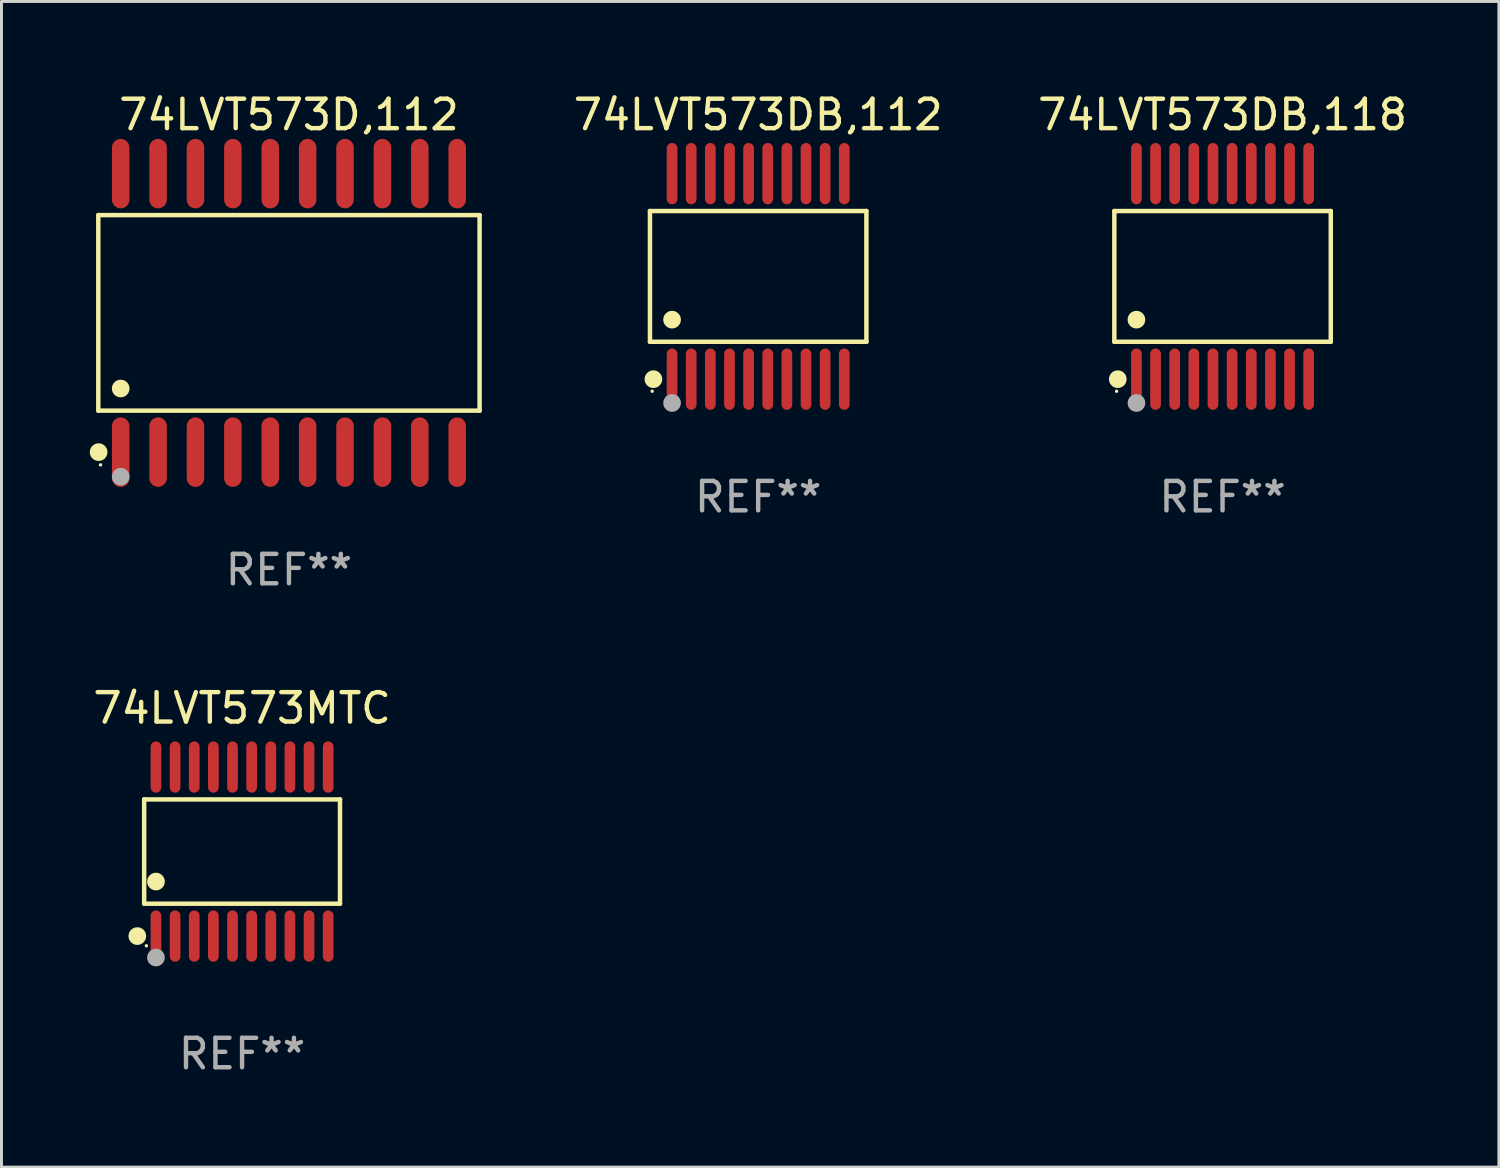
<source format=kicad_pcb>
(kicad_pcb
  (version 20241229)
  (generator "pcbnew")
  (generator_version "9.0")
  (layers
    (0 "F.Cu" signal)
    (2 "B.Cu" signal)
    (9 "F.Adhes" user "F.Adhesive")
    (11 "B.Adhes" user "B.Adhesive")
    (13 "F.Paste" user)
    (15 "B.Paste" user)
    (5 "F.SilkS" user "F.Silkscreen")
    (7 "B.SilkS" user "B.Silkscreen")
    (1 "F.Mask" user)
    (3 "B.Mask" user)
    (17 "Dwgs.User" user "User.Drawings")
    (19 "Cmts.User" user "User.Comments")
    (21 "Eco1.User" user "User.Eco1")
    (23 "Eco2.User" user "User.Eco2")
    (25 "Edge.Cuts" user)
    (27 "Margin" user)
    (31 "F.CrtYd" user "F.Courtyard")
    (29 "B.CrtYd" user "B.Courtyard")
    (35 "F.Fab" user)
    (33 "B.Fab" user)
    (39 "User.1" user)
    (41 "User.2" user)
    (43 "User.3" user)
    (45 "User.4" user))
  (footprint "74LVT573DB,118"
    (layer "F.Cu")
    (at 38.478 6.339)
    (property "Reference" "74LVT573DB,118" (at 0 -5.491 0) (layer "F.SilkS") (effects (font (size 1 1) (thickness 0.15))))
    (attr through_hole)
    (fp_line (start -3.676 -2.221) (end 3.676 -2.221) (stroke (width 0.152) (type solid)) (layer "F.SilkS"))
    (fp_line (start -3.676 2.221) (end -3.676 -2.221) (stroke (width 0.152) (type solid)) (layer "F.SilkS"))
    (fp_line (start 3.676 -2.221) (end 3.676 2.221) (stroke (width 0.152) (type solid)) (layer "F.SilkS"))
    (fp_line (start 3.676 2.221) (end -3.676 2.221) (stroke (width 0.152) (type solid)) (layer "F.SilkS"))
    (fp_circle (center -3.6 3.9) (end -3.57 3.9) (stroke (width 0.06) (type solid)) (fill no) (layer "F.SilkS"))
    (fp_circle (center -3.559 3.491) (end -3.409 3.491) (stroke (width 0.3) (type solid)) (fill no) (layer "F.SilkS"))
    (fp_circle (center -2.925 1.469) (end -2.775 1.469) (stroke (width 0.3) (type solid)) (fill no) (layer "F.SilkS"))
    (fp_circle (center -2.925 4.3) (end -2.775 4.3) (stroke (width 0.3) (type solid)) (fill no) (layer "F.Fab"))
    (fp_text user "REF**" (at 0 7.491 0) (layer "F.Fab") (effects (font (size 1 1) (thickness 0.15))))
    (pad "1" smd oval (at -2.925 3.491) (size 0.364 2.082) (layers "F.Cu" "F.Mask" "F.Paste"))
    (pad "2" smd oval (at -2.275 3.491) (size 0.364 2.082) (layers "F.Cu" "F.Mask" "F.Paste"))
    (pad "3" smd oval (at -1.625 3.491) (size 0.364 2.082) (layers "F.Cu" "F.Mask" "F.Paste"))
    (pad "4" smd oval (at -0.975 3.491) (size 0.364 2.082) (layers "F.Cu" "F.Mask" "F.Paste"))
    (pad "5" smd oval (at -0.325 3.491) (size 0.364 2.082) (layers "F.Cu" "F.Mask" "F.Paste"))
    (pad "6" smd oval (at 0.325 3.491) (size 0.364 2.082) (layers "F.Cu" "F.Mask" "F.Paste"))
    (pad "7" smd oval (at 0.975 3.491) (size 0.364 2.082) (layers "F.Cu" "F.Mask" "F.Paste"))
    (pad "8" smd oval (at 1.625 3.491) (size 0.364 2.082) (layers "F.Cu" "F.Mask" "F.Paste"))
    (pad "9" smd oval (at 2.275 3.491) (size 0.364 2.082) (layers "F.Cu" "F.Mask" "F.Paste"))
    (pad "10" smd oval (at 2.925 3.491) (size 0.364 2.082) (layers "F.Cu" "F.Mask" "F.Paste"))
    (pad "11" smd oval (at 2.925 -3.491) (size 0.364 2.082) (layers "F.Cu" "F.Mask" "F.Paste"))
    (pad "12" smd oval (at 2.275 -3.491) (size 0.364 2.082) (layers "F.Cu" "F.Mask" "F.Paste"))
    (pad "13" smd oval (at 1.625 -3.491) (size 0.364 2.082) (layers "F.Cu" "F.Mask" "F.Paste"))
    (pad "14" smd oval (at 0.975 -3.491) (size 0.364 2.082) (layers "F.Cu" "F.Mask" "F.Paste"))
    (pad "15" smd oval (at 0.325 -3.491) (size 0.364 2.082) (layers "F.Cu" "F.Mask" "F.Paste"))
    (pad "16" smd oval (at -0.325 -3.491) (size 0.364 2.082) (layers "F.Cu" "F.Mask" "F.Paste"))
    (pad "17" smd oval (at -0.975 -3.491) (size 0.364 2.082) (layers "F.Cu" "F.Mask" "F.Paste"))
    (pad "18" smd oval (at -1.625 -3.491) (size 0.364 2.082) (layers "F.Cu" "F.Mask" "F.Paste"))
    (pad "19" smd oval (at -2.275 -3.491) (size 0.364 2.082) (layers "F.Cu" "F.Mask" "F.Paste"))
    (pad "20" smd oval (at -2.925 -3.491) (size 0.364 2.082) (layers "F.Cu" "F.Mask" "F.Paste")))
  (footprint "74LVT573D,112"
    (layer "F.Cu")
    (at 6.765 7.578)
    (property "Reference" "74LVT573D,112" (at 0 -6.73 0) (layer "F.SilkS") (effects (font (size 1 1) (thickness 0.15))))
    (attr through_hole)
    (fp_line (start -6.476 -3.321) (end 6.476 -3.321) (stroke (width 0.152) (type solid)) (layer "F.SilkS"))
    (fp_line (start -6.476 3.321) (end -6.476 -3.321) (stroke (width 0.152) (type solid)) (layer "F.SilkS"))
    (fp_line (start 6.476 -3.321) (end 6.476 3.321) (stroke (width 0.152) (type solid)) (layer "F.SilkS"))
    (fp_line (start 6.476 3.321) (end -6.476 3.321) (stroke (width 0.152) (type solid)) (layer "F.SilkS"))
    (fp_circle (center -6.465 4.73) (end -6.315 4.73) (stroke (width 0.3) (type solid)) (fill no) (layer "F.SilkS"))
    (fp_circle (center -6.4 5.163) (end -6.37 5.163) (stroke (width 0.06) (type solid)) (fill no) (layer "F.SilkS"))
    (fp_circle (center -5.715 2.569) (end -5.565 2.569) (stroke (width 0.3) (type solid)) (fill no) (layer "F.SilkS"))
    (fp_circle (center -5.715 5.563) (end -5.565 5.563) (stroke (width 0.3) (type solid)) (fill no) (layer "F.Fab"))
    (fp_text user "REF**" (at 0 8.73 0) (layer "F.Fab") (effects (font (size 1 1) (thickness 0.15))))
    (pad "1" smd oval (at -5.715 4.73) (size 0.595 2.36) (layers "F.Cu" "F.Mask" "F.Paste"))
    (pad "2" smd oval (at -4.445 4.73) (size 0.595 2.36) (layers "F.Cu" "F.Mask" "F.Paste"))
    (pad "3" smd oval (at -3.175 4.73) (size 0.595 2.36) (layers "F.Cu" "F.Mask" "F.Paste"))
    (pad "4" smd oval (at -1.905 4.73) (size 0.595 2.36) (layers "F.Cu" "F.Mask" "F.Paste"))
    (pad "5" smd oval (at -0.635 4.73) (size 0.595 2.36) (layers "F.Cu" "F.Mask" "F.Paste"))
    (pad "6" smd oval (at 0.635 4.73) (size 0.595 2.36) (layers "F.Cu" "F.Mask" "F.Paste"))
    (pad "7" smd oval (at 1.905 4.73) (size 0.595 2.36) (layers "F.Cu" "F.Mask" "F.Paste"))
    (pad "8" smd oval (at 3.175 4.73) (size 0.595 2.36) (layers "F.Cu" "F.Mask" "F.Paste"))
    (pad "9" smd oval (at 4.445 4.73) (size 0.595 2.36) (layers "F.Cu" "F.Mask" "F.Paste"))
    (pad "10" smd oval (at 5.715 4.73) (size 0.595 2.36) (layers "F.Cu" "F.Mask" "F.Paste"))
    (pad "11" smd oval (at 5.715 -4.73) (size 0.595 2.36) (layers "F.Cu" "F.Mask" "F.Paste"))
    (pad "12" smd oval (at 4.445 -4.73) (size 0.595 2.36) (layers "F.Cu" "F.Mask" "F.Paste"))
    (pad "13" smd oval (at 3.175 -4.73) (size 0.595 2.36) (layers "F.Cu" "F.Mask" "F.Paste"))
    (pad "14" smd oval (at 1.905 -4.73) (size 0.595 2.36) (layers "F.Cu" "F.Mask" "F.Paste"))
    (pad "15" smd oval (at 0.635 -4.73) (size 0.595 2.36) (layers "F.Cu" "F.Mask" "F.Paste"))
    (pad "16" smd oval (at -0.635 -4.73) (size 0.595 2.36) (layers "F.Cu" "F.Mask" "F.Paste"))
    (pad "17" smd oval (at -1.905 -4.73) (size 0.595 2.36) (layers "F.Cu" "F.Mask" "F.Paste"))
    (pad "18" smd oval (at -3.175 -4.73) (size 0.595 2.36) (layers "F.Cu" "F.Mask" "F.Paste"))
    (pad "19" smd oval (at -4.445 -4.73) (size 0.595 2.36) (layers "F.Cu" "F.Mask" "F.Paste"))
    (pad "20" smd oval (at -5.715 -4.73) (size 0.595 2.36) (layers "F.Cu" "F.Mask" "F.Paste")))
  (footprint "74LVT573MTC"
    (layer "F.Cu")
    (at 5.173 25.876)
    (property "Reference" "74LVT573MTC" (at 0 -4.871 0) (layer "F.SilkS") (effects (font (size 1 1) (thickness 0.15))))
    (attr through_hole)
    (fp_line (start -3.326 -1.771) (end 3.326 -1.771) (stroke (width 0.152) (type solid)) (layer "F.SilkS"))
    (fp_line (start -3.326 1.771) (end -3.326 -1.771) (stroke (width 0.152) (type solid)) (layer "F.SilkS"))
    (fp_line (start 3.326 -1.771) (end 3.326 1.771) (stroke (width 0.152) (type solid)) (layer "F.SilkS"))
    (fp_line (start 3.326 1.771) (end -3.326 1.771) (stroke (width 0.152) (type solid)) (layer "F.SilkS"))
    (fp_circle (center -3.559 2.871) (end -3.409 2.871) (stroke (width 0.3) (type solid)) (fill no) (layer "F.SilkS"))
    (fp_circle (center -3.25 3.2) (end -3.22 3.2) (stroke (width 0.06) (type solid)) (fill no) (layer "F.SilkS"))
    (fp_circle (center -2.925 1.019) (end -2.775 1.019) (stroke (width 0.3) (type solid)) (fill no) (layer "F.SilkS"))
    (fp_circle (center -2.925 3.6) (end -2.775 3.6) (stroke (width 0.3) (type solid)) (fill no) (layer "F.Fab"))
    (fp_text user "REF**" (at 0 6.871 0) (layer "F.Fab") (effects (font (size 1 1) (thickness 0.15))))
    (pad "1" smd oval (at -2.925 2.871) (size 0.364 1.742) (layers "F.Cu" "F.Mask" "F.Paste"))
    (pad "2" smd oval (at -2.275 2.871) (size 0.364 1.742) (layers "F.Cu" "F.Mask" "F.Paste"))
    (pad "3" smd oval (at -1.625 2.871) (size 0.364 1.742) (layers "F.Cu" "F.Mask" "F.Paste"))
    (pad "4" smd oval (at -0.975 2.871) (size 0.364 1.742) (layers "F.Cu" "F.Mask" "F.Paste"))
    (pad "5" smd oval (at -0.325 2.871) (size 0.364 1.742) (layers "F.Cu" "F.Mask" "F.Paste"))
    (pad "6" smd oval (at 0.325 2.871) (size 0.364 1.742) (layers "F.Cu" "F.Mask" "F.Paste"))
    (pad "7" smd oval (at 0.975 2.871) (size 0.364 1.742) (layers "F.Cu" "F.Mask" "F.Paste"))
    (pad "8" smd oval (at 1.625 2.871) (size 0.364 1.742) (layers "F.Cu" "F.Mask" "F.Paste"))
    (pad "9" smd oval (at 2.275 2.871) (size 0.364 1.742) (layers "F.Cu" "F.Mask" "F.Paste"))
    (pad "10" smd oval (at 2.925 2.871) (size 0.364 1.742) (layers "F.Cu" "F.Mask" "F.Paste"))
    (pad "11" smd oval (at 2.925 -2.871) (size 0.364 1.742) (layers "F.Cu" "F.Mask" "F.Paste"))
    (pad "12" smd oval (at 2.275 -2.871) (size 0.364 1.742) (layers "F.Cu" "F.Mask" "F.Paste"))
    (pad "13" smd oval (at 1.625 -2.871) (size 0.364 1.742) (layers "F.Cu" "F.Mask" "F.Paste"))
    (pad "14" smd oval (at 0.975 -2.871) (size 0.364 1.742) (layers "F.Cu" "F.Mask" "F.Paste"))
    (pad "15" smd oval (at 0.325 -2.871) (size 0.364 1.742) (layers "F.Cu" "F.Mask" "F.Paste"))
    (pad "16" smd oval (at -0.325 -2.871) (size 0.364 1.742) (layers "F.Cu" "F.Mask" "F.Paste"))
    (pad "17" smd oval (at -0.975 -2.871) (size 0.364 1.742) (layers "F.Cu" "F.Mask" "F.Paste"))
    (pad "18" smd oval (at -1.625 -2.871) (size 0.364 1.742) (layers "F.Cu" "F.Mask" "F.Paste"))
    (pad "19" smd oval (at -2.275 -2.871) (size 0.364 1.742) (layers "F.Cu" "F.Mask" "F.Paste"))
    (pad "20" smd oval (at -2.925 -2.871) (size 0.364 1.742) (layers "F.Cu" "F.Mask" "F.Paste")))
  (footprint "74LVT573DB,112"
    (layer "F.Cu")
    (at 22.704 6.339)
    (property "Reference" "74LVT573DB,112" (at 0 -5.491 0) (layer "F.SilkS") (effects (font (size 1 1) (thickness 0.15))))
    (attr through_hole)
    (fp_line (start -3.676 -2.221) (end 3.676 -2.221) (stroke (width 0.152) (type solid)) (layer "F.SilkS"))
    (fp_line (start -3.676 2.221) (end -3.676 -2.221) (stroke (width 0.152) (type solid)) (layer "F.SilkS"))
    (fp_line (start 3.676 -2.221) (end 3.676 2.221) (stroke (width 0.152) (type solid)) (layer "F.SilkS"))
    (fp_line (start 3.676 2.221) (end -3.676 2.221) (stroke (width 0.152) (type solid)) (layer "F.SilkS"))
    (fp_circle (center -3.6 3.9) (end -3.57 3.9) (stroke (width 0.06) (type solid)) (fill no) (layer "F.SilkS"))
    (fp_circle (center -3.559 3.491) (end -3.409 3.491) (stroke (width 0.3) (type solid)) (fill no) (layer "F.SilkS"))
    (fp_circle (center -2.925 1.469) (end -2.775 1.469) (stroke (width 0.3) (type solid)) (fill no) (layer "F.SilkS"))
    (fp_circle (center -2.925 4.3) (end -2.775 4.3) (stroke (width 0.3) (type solid)) (fill no) (layer "F.Fab"))
    (fp_text user "REF**" (at 0 7.491 0) (layer "F.Fab") (effects (font (size 1 1) (thickness 0.15))))
    (pad "1" smd oval (at -2.925 3.491) (size 0.364 2.082) (layers "F.Cu" "F.Mask" "F.Paste"))
    (pad "2" smd oval (at -2.275 3.491) (size 0.364 2.082) (layers "F.Cu" "F.Mask" "F.Paste"))
    (pad "3" smd oval (at -1.625 3.491) (size 0.364 2.082) (layers "F.Cu" "F.Mask" "F.Paste"))
    (pad "4" smd oval (at -0.975 3.491) (size 0.364 2.082) (layers "F.Cu" "F.Mask" "F.Paste"))
    (pad "5" smd oval (at -0.325 3.491) (size 0.364 2.082) (layers "F.Cu" "F.Mask" "F.Paste"))
    (pad "6" smd oval (at 0.325 3.491) (size 0.364 2.082) (layers "F.Cu" "F.Mask" "F.Paste"))
    (pad "7" smd oval (at 0.975 3.491) (size 0.364 2.082) (layers "F.Cu" "F.Mask" "F.Paste"))
    (pad "8" smd oval (at 1.625 3.491) (size 0.364 2.082) (layers "F.Cu" "F.Mask" "F.Paste"))
    (pad "9" smd oval (at 2.275 3.491) (size 0.364 2.082) (layers "F.Cu" "F.Mask" "F.Paste"))
    (pad "10" smd oval (at 2.925 3.491) (size 0.364 2.082) (layers "F.Cu" "F.Mask" "F.Paste"))
    (pad "11" smd oval (at 2.925 -3.491) (size 0.364 2.082) (layers "F.Cu" "F.Mask" "F.Paste"))
    (pad "12" smd oval (at 2.275 -3.491) (size 0.364 2.082) (layers "F.Cu" "F.Mask" "F.Paste"))
    (pad "13" smd oval (at 1.625 -3.491) (size 0.364 2.082) (layers "F.Cu" "F.Mask" "F.Paste"))
    (pad "14" smd oval (at 0.975 -3.491) (size 0.364 2.082) (layers "F.Cu" "F.Mask" "F.Paste"))
    (pad "15" smd oval (at 0.325 -3.491) (size 0.364 2.082) (layers "F.Cu" "F.Mask" "F.Paste"))
    (pad "16" smd oval (at -0.325 -3.491) (size 0.364 2.082) (layers "F.Cu" "F.Mask" "F.Paste"))
    (pad "17" smd oval (at -0.975 -3.491) (size 0.364 2.082) (layers "F.Cu" "F.Mask" "F.Paste"))
    (pad "18" smd oval (at -1.625 -3.491) (size 0.364 2.082) (layers "F.Cu" "F.Mask" "F.Paste"))
    (pad "19" smd oval (at -2.275 -3.491) (size 0.364 2.082) (layers "F.Cu" "F.Mask" "F.Paste"))
    (pad "20" smd oval (at -2.925 -3.491) (size 0.364 2.082) (layers "F.Cu" "F.Mask" "F.Paste")))
  (gr_rect
    (start -3 -3)
    (end 47.865 36.595)
    (stroke (width 0.1) (type default))
    (fill no)
    (layer "Edge.Cuts")))
</source>
